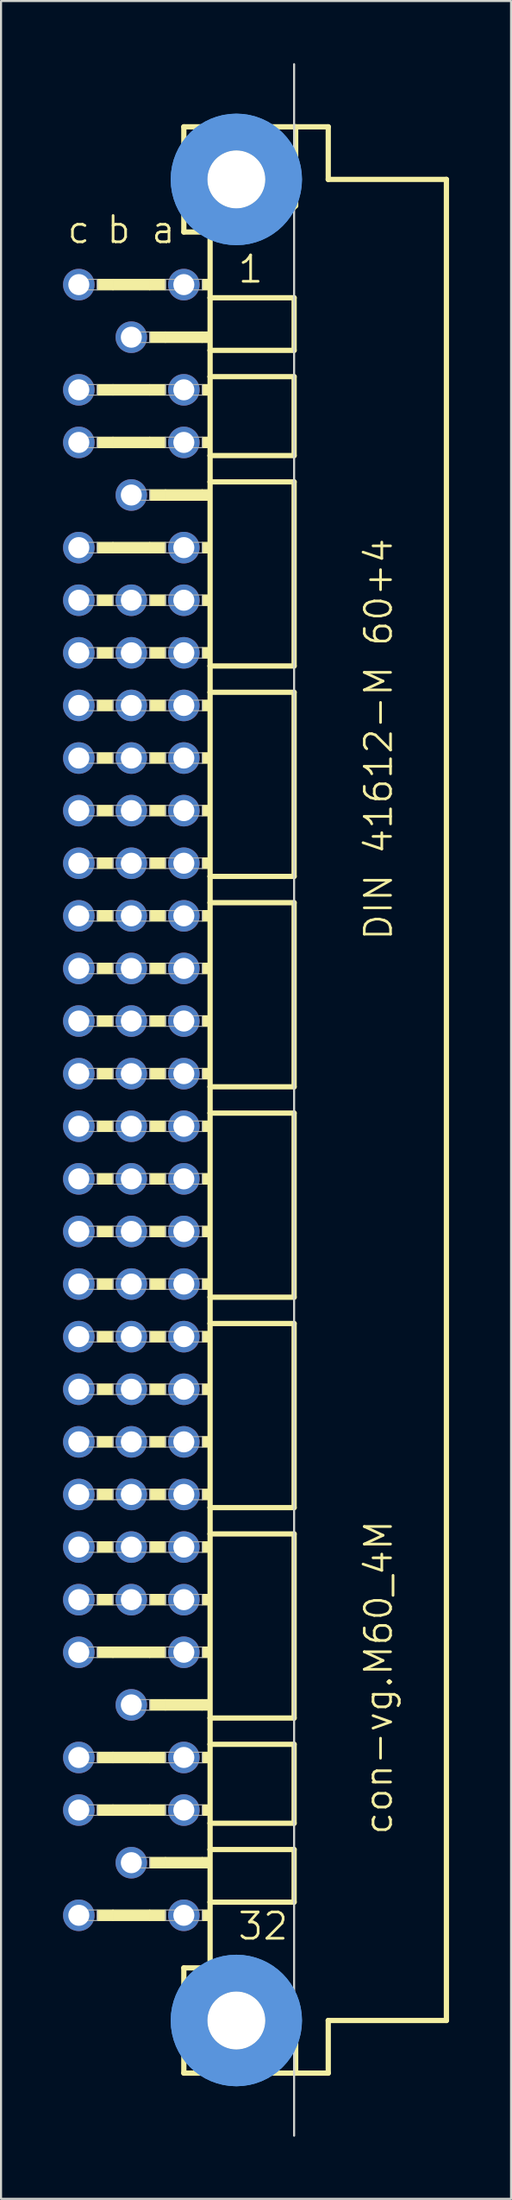
<source format=kicad_pcb>
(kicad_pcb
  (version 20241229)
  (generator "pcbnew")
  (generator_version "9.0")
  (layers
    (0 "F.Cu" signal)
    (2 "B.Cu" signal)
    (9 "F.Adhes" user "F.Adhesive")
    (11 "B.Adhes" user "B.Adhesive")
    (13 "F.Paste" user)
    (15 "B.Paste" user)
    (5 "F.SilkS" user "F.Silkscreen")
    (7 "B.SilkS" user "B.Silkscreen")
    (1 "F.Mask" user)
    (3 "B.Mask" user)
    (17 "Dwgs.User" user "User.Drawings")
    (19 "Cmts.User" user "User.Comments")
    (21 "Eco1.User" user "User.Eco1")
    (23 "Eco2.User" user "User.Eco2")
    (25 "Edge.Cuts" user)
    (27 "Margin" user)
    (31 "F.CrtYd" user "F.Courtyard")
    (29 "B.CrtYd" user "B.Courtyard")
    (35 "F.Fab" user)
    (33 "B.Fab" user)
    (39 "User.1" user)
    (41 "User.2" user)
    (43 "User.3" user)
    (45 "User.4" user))
  (footprint "con-vg.M60_4M"
    (layer "F.Cu")
    (at 8.382 50.063)
    (property "Reference" "con-vg.M60_4M" (at 7.62 35.56 90) (layer "F.SilkS") (effects (font (size 1.27 1.27) (thickness 0.13)) (justify left bottom)))
    (attr through_hole)
    (fp_line (start -2.54 -46.99) (end -2.54 -41.91) (stroke (width 0.254) (type default)) (layer "F.SilkS"))
    (fp_line (start -2.54 -41.91) (end -1.27 -41.91) (stroke (width 0.254) (type default)) (layer "F.SilkS"))
    (fp_line (start -2.54 41.91) (end -2.54 46.99) (stroke (width 0.254) (type default)) (layer "F.SilkS"))
    (fp_line (start -2.54 41.91) (end -1.27 41.91) (stroke (width 0.254) (type default)) (layer "F.SilkS"))
    (fp_line (start -2.54 46.99) (end 2.87 46.99) (stroke (width 0.254) (type default)) (layer "F.SilkS"))
    (fp_line (start -1.27 -41.91) (end -1.27 -38.735) (stroke (width 0.254) (type default)) (layer "F.SilkS"))
    (fp_line (start -1.27 -41.91) (end 1.6 -41.91) (stroke (width 0.254) (type default)) (layer "F.SilkS"))
    (fp_line (start -1.27 -38.735) (end -1.27 -36.195) (stroke (width 0.254) (type default)) (layer "F.SilkS"))
    (fp_line (start -1.27 -36.195) (end -1.27 -34.925) (stroke (width 0.254) (type default)) (layer "F.SilkS"))
    (fp_line (start -1.27 -34.925) (end -1.27 -31.115) (stroke (width 0.254) (type default)) (layer "F.SilkS"))
    (fp_line (start -1.27 -31.115) (end -1.27 -29.845) (stroke (width 0.254) (type default)) (layer "F.SilkS"))
    (fp_line (start -1.27 -29.845) (end -1.27 -20.955) (stroke (width 0.254) (type default)) (layer "F.SilkS"))
    (fp_line (start -1.27 -20.955) (end -1.27 -19.685) (stroke (width 0.254) (type default)) (layer "F.SilkS"))
    (fp_line (start -1.27 -19.685) (end -1.27 -10.795) (stroke (width 0.254) (type default)) (layer "F.SilkS"))
    (fp_line (start -1.27 -10.795) (end -1.27 -9.525) (stroke (width 0.254) (type default)) (layer "F.SilkS"))
    (fp_line (start -1.27 -9.525) (end -1.27 -0.635) (stroke (width 0.254) (type default)) (layer "F.SilkS"))
    (fp_line (start -1.27 -0.635) (end -1.27 0.635) (stroke (width 0.254) (type default)) (layer "F.SilkS"))
    (fp_line (start -1.27 0.635) (end -1.27 9.525) (stroke (width 0.254) (type default)) (layer "F.SilkS"))
    (fp_line (start -1.27 9.525) (end -1.27 10.795) (stroke (width 0.254) (type default)) (layer "F.SilkS"))
    (fp_line (start -1.27 10.795) (end -1.27 19.685) (stroke (width 0.254) (type default)) (layer "F.SilkS"))
    (fp_line (start -1.27 19.685) (end -1.27 20.955) (stroke (width 0.254) (type default)) (layer "F.SilkS"))
    (fp_line (start -1.27 20.955) (end -1.27 29.845) (stroke (width 0.254) (type default)) (layer "F.SilkS"))
    (fp_line (start -1.27 29.845) (end -1.27 31.115) (stroke (width 0.254) (type default)) (layer "F.SilkS"))
    (fp_line (start -1.27 31.115) (end -1.27 34.925) (stroke (width 0.254) (type default)) (layer "F.SilkS"))
    (fp_line (start -1.27 34.925) (end -1.27 36.195) (stroke (width 0.254) (type default)) (layer "F.SilkS"))
    (fp_line (start -1.27 36.195) (end -1.27 38.735) (stroke (width 0.254) (type default)) (layer "F.SilkS"))
    (fp_line (start -1.27 38.735) (end -1.27 41.91) (stroke (width 0.254) (type default)) (layer "F.SilkS"))
    (fp_line (start -1.27 41.91) (end 1.27 41.91) (stroke (width 0.254) (type default)) (layer "F.SilkS"))
    (fp_line (start 1.6 -41.91) (end 2.87 -43.18) (stroke (width 0.254) (type default)) (layer "F.SilkS"))
    (fp_line (start 2.794 -38.735) (end -1.27 -38.735) (stroke (width 0.254) (type default)) (layer "F.SilkS"))
    (fp_line (start 2.794 -38.735) (end 2.794 -36.195) (stroke (width 0.254) (type default)) (layer "F.SilkS"))
    (fp_line (start 2.794 -36.195) (end -1.27 -36.195) (stroke (width 0.254) (type default)) (layer "F.SilkS"))
    (fp_line (start 2.794 -34.925) (end -1.27 -34.925) (stroke (width 0.254) (type default)) (layer "F.SilkS"))
    (fp_line (start 2.794 -34.925) (end 2.794 -31.115) (stroke (width 0.254) (type default)) (layer "F.SilkS"))
    (fp_line (start 2.794 -31.115) (end -1.27 -31.115) (stroke (width 0.254) (type default)) (layer "F.SilkS"))
    (fp_line (start 2.794 -29.845) (end -1.27 -29.845) (stroke (width 0.254) (type default)) (layer "F.SilkS"))
    (fp_line (start 2.794 -29.845) (end 2.794 -20.955) (stroke (width 0.254) (type default)) (layer "F.SilkS"))
    (fp_line (start 2.794 -20.955) (end -1.27 -20.955) (stroke (width 0.254) (type default)) (layer "F.SilkS"))
    (fp_line (start 2.794 -19.685) (end -1.27 -19.685) (stroke (width 0.254) (type default)) (layer "F.SilkS"))
    (fp_line (start 2.794 -19.685) (end 2.794 -10.795) (stroke (width 0.254) (type default)) (layer "F.SilkS"))
    (fp_line (start 2.794 -10.795) (end -1.27 -10.795) (stroke (width 0.254) (type default)) (layer "F.SilkS"))
    (fp_line (start 2.794 -9.525) (end -1.27 -9.525) (stroke (width 0.254) (type default)) (layer "F.SilkS"))
    (fp_line (start 2.794 -9.525) (end 2.794 -0.635) (stroke (width 0.254) (type default)) (layer "F.SilkS"))
    (fp_line (start 2.794 -0.635) (end -1.27 -0.635) (stroke (width 0.254) (type default)) (layer "F.SilkS"))
    (fp_line (start 2.794 0.635) (end -1.27 0.635) (stroke (width 0.254) (type default)) (layer "F.SilkS"))
    (fp_line (start 2.794 0.635) (end 2.794 9.525) (stroke (width 0.254) (type default)) (layer "F.SilkS"))
    (fp_line (start 2.794 9.525) (end -1.27 9.525) (stroke (width 0.254) (type default)) (layer "F.SilkS"))
    (fp_line (start 2.794 10.795) (end -1.27 10.795) (stroke (width 0.254) (type default)) (layer "F.SilkS"))
    (fp_line (start 2.794 10.795) (end 2.794 19.685) (stroke (width 0.254) (type default)) (layer "F.SilkS"))
    (fp_line (start 2.794 19.685) (end -1.27 19.685) (stroke (width 0.254) (type default)) (layer "F.SilkS"))
    (fp_line (start 2.794 20.955) (end -1.27 20.955) (stroke (width 0.254) (type default)) (layer "F.SilkS"))
    (fp_line (start 2.794 20.955) (end 2.794 29.845) (stroke (width 0.254) (type default)) (layer "F.SilkS"))
    (fp_line (start 2.794 29.845) (end -1.27 29.845) (stroke (width 0.254) (type default)) (layer "F.SilkS"))
    (fp_line (start 2.794 31.115) (end -1.27 31.115) (stroke (width 0.254) (type default)) (layer "F.SilkS"))
    (fp_line (start 2.794 31.115) (end 2.794 34.925) (stroke (width 0.254) (type default)) (layer "F.SilkS"))
    (fp_line (start 2.794 34.925) (end -1.27 34.925) (stroke (width 0.254) (type default)) (layer "F.SilkS"))
    (fp_line (start 2.794 36.195) (end -1.27 36.195) (stroke (width 0.254) (type default)) (layer "F.SilkS"))
    (fp_line (start 2.794 36.195) (end 2.794 38.735) (stroke (width 0.254) (type default)) (layer "F.SilkS"))
    (fp_line (start 2.794 38.735) (end -1.27 38.735) (stroke (width 0.254) (type default)) (layer "F.SilkS"))
    (fp_line (start 2.87 -46.99) (end -2.54 -46.99) (stroke (width 0.254) (type default)) (layer "F.SilkS"))
    (fp_line (start 2.87 -43.18) (end 2.87 -46.99) (stroke (width 0.254) (type default)) (layer "F.SilkS"))
    (fp_line (start 2.87 43.51) (end 1.27 41.91) (stroke (width 0.254) (type default)) (layer "F.SilkS"))
    (fp_line (start 2.87 43.51) (end 2.87 46.99) (stroke (width 0.254) (type default)) (layer "F.SilkS"))
    (fp_line (start 2.87 46.99) (end 4.445 46.99) (stroke (width 0.254) (type default)) (layer "F.SilkS"))
    (fp_line (start 4.445 -46.99) (end 2.87 -46.99) (stroke (width 0.254) (type default)) (layer "F.SilkS"))
    (fp_line (start 4.445 -44.45) (end 4.445 -46.99) (stroke (width 0.254) (type default)) (layer "F.SilkS"))
    (fp_line (start 4.445 44.45) (end 10.16 44.45) (stroke (width 0.254) (type default)) (layer "F.SilkS"))
    (fp_line (start 4.445 46.99) (end 4.445 44.45) (stroke (width 0.254) (type default)) (layer "F.SilkS"))
    (fp_line (start 10.16 -44.45) (end 4.445 -44.45) (stroke (width 0.254) (type default)) (layer "F.SilkS"))
    (fp_line (start 10.16 44.45) (end 10.16 -44.45) (stroke (width 0.254) (type default)) (layer "F.SilkS"))
    (fp_rect (start -6.731 -39.116) (end -5.969 -39.624) (stroke (width 0.05) (type default)) (fill yes) (layer "F.SilkS"))
    (fp_rect (start -6.731 -34.036) (end -5.969 -34.544) (stroke (width 0.05) (type default)) (fill yes) (layer "F.SilkS"))
    (fp_rect (start -6.731 -31.496) (end -5.969 -32.004) (stroke (width 0.05) (type default)) (fill yes) (layer "F.SilkS"))
    (fp_rect (start -6.731 -26.416) (end -5.969 -26.924) (stroke (width 0.05) (type default)) (fill yes) (layer "F.SilkS"))
    (fp_rect (start -6.731 -23.876) (end -5.969 -24.384) (stroke (width 0.05) (type default)) (fill yes) (layer "F.SilkS"))
    (fp_rect (start -6.731 -21.336) (end -5.969 -21.844) (stroke (width 0.05) (type default)) (fill yes) (layer "F.SilkS"))
    (fp_rect (start -6.731 -18.796) (end -5.969 -19.304) (stroke (width 0.05) (type default)) (fill yes) (layer "F.SilkS"))
    (fp_rect (start -6.731 -16.256) (end -5.969 -16.764) (stroke (width 0.05) (type default)) (fill yes) (layer "F.SilkS"))
    (fp_rect (start -6.731 -13.716) (end -5.969 -14.224) (stroke (width 0.05) (type default)) (fill yes) (layer "F.SilkS"))
    (fp_rect (start -6.731 -11.176) (end -5.969 -11.684) (stroke (width 0.05) (type default)) (fill yes) (layer "F.SilkS"))
    (fp_rect (start -6.731 -8.636) (end -5.969 -9.144) (stroke (width 0.05) (type default)) (fill yes) (layer "F.SilkS"))
    (fp_rect (start -6.731 -6.096) (end -5.969 -6.604) (stroke (width 0.05) (type default)) (fill yes) (layer "F.SilkS"))
    (fp_rect (start -6.731 -3.556) (end -5.969 -4.064) (stroke (width 0.05) (type default)) (fill yes) (layer "F.SilkS"))
    (fp_rect (start -6.731 -1.016) (end -5.969 -1.524) (stroke (width 0.05) (type default)) (fill yes) (layer "F.SilkS"))
    (fp_rect (start -6.731 1.524) (end -5.969 1.016) (stroke (width 0.05) (type default)) (fill yes) (layer "F.SilkS"))
    (fp_rect (start -6.731 4.064) (end -5.969 3.556) (stroke (width 0.05) (type default)) (fill yes) (layer "F.SilkS"))
    (fp_rect (start -6.731 6.604) (end -5.969 6.096) (stroke (width 0.05) (type default)) (fill yes) (layer "F.SilkS"))
    (fp_rect (start -6.731 9.144) (end -5.969 8.636) (stroke (width 0.05) (type default)) (fill yes) (layer "F.SilkS"))
    (fp_rect (start -6.731 11.684) (end -5.969 11.176) (stroke (width 0.05) (type default)) (fill yes) (layer "F.SilkS"))
    (fp_rect (start -6.731 14.224) (end -5.969 13.716) (stroke (width 0.05) (type default)) (fill yes) (layer "F.SilkS"))
    (fp_rect (start -6.731 16.764) (end -5.969 16.256) (stroke (width 0.05) (type default)) (fill yes) (layer "F.SilkS"))
    (fp_rect (start -6.731 19.304) (end -5.969 18.796) (stroke (width 0.05) (type default)) (fill yes) (layer "F.SilkS"))
    (fp_rect (start -6.731 21.844) (end -5.969 21.336) (stroke (width 0.05) (type default)) (fill yes) (layer "F.SilkS"))
    (fp_rect (start -6.731 24.384) (end -5.969 23.876) (stroke (width 0.05) (type default)) (fill yes) (layer "F.SilkS"))
    (fp_rect (start -6.731 26.924) (end -5.969 26.416) (stroke (width 0.05) (type default)) (fill yes) (layer "F.SilkS"))
    (fp_rect (start -6.731 32.004) (end -5.969 31.496) (stroke (width 0.05) (type default)) (fill yes) (layer "F.SilkS"))
    (fp_rect (start -6.731 34.544) (end -5.969 34.036) (stroke (width 0.05) (type default)) (fill yes) (layer "F.SilkS"))
    (fp_rect (start -6.731 39.624) (end -5.969 39.116) (stroke (width 0.05) (type default)) (fill yes) (layer "F.SilkS"))
    (fp_rect (start -5.969 -39.116) (end -4.191 -39.624) (stroke (width 0.05) (type default)) (fill yes) (layer "F.SilkS"))
    (fp_rect (start -5.969 -34.036) (end -4.191 -34.544) (stroke (width 0.05) (type default)) (fill yes) (layer "F.SilkS"))
    (fp_rect (start -5.969 -31.496) (end -4.191 -32.004) (stroke (width 0.05) (type default)) (fill yes) (layer "F.SilkS"))
    (fp_rect (start -5.969 -26.416) (end -4.191 -26.924) (stroke (width 0.05) (type default)) (fill yes) (layer "F.SilkS"))
    (fp_rect (start -5.969 26.924) (end -4.191 26.416) (stroke (width 0.05) (type default)) (fill yes) (layer "F.SilkS"))
    (fp_rect (start -5.969 32.004) (end -4.191 31.496) (stroke (width 0.05) (type default)) (fill yes) (layer "F.SilkS"))
    (fp_rect (start -5.969 34.544) (end -4.191 34.036) (stroke (width 0.05) (type default)) (fill yes) (layer "F.SilkS"))
    (fp_rect (start -5.969 39.624) (end -4.191 39.116) (stroke (width 0.05) (type default)) (fill yes) (layer "F.SilkS"))
    (fp_rect (start -4.191 -39.116) (end -3.429 -39.624) (stroke (width 0.05) (type default)) (fill yes) (layer "F.SilkS"))
    (fp_rect (start -4.191 -36.576) (end -3.429 -37.084) (stroke (width 0.05) (type default)) (fill yes) (layer "F.SilkS"))
    (fp_rect (start -4.191 -34.036) (end -3.429 -34.544) (stroke (width 0.05) (type default)) (fill yes) (layer "F.SilkS"))
    (fp_rect (start -4.191 -31.496) (end -3.429 -32.004) (stroke (width 0.05) (type default)) (fill yes) (layer "F.SilkS"))
    (fp_rect (start -4.191 -28.956) (end -3.429 -29.464) (stroke (width 0.05) (type default)) (fill yes) (layer "F.SilkS"))
    (fp_rect (start -4.191 -26.416) (end -3.429 -26.924) (stroke (width 0.05) (type default)) (fill yes) (layer "F.SilkS"))
    (fp_rect (start -4.191 -23.876) (end -3.429 -24.384) (stroke (width 0.05) (type default)) (fill yes) (layer "F.SilkS"))
    (fp_rect (start -4.191 -21.336) (end -3.429 -21.844) (stroke (width 0.05) (type default)) (fill yes) (layer "F.SilkS"))
    (fp_rect (start -4.191 -18.796) (end -3.429 -19.304) (stroke (width 0.05) (type default)) (fill yes) (layer "F.SilkS"))
    (fp_rect (start -4.191 -16.256) (end -3.429 -16.764) (stroke (width 0.05) (type default)) (fill yes) (layer "F.SilkS"))
    (fp_rect (start -4.191 -13.716) (end -3.429 -14.224) (stroke (width 0.05) (type default)) (fill yes) (layer "F.SilkS"))
    (fp_rect (start -4.191 -11.176) (end -3.429 -11.684) (stroke (width 0.05) (type default)) (fill yes) (layer "F.SilkS"))
    (fp_rect (start -4.191 -8.636) (end -3.429 -9.144) (stroke (width 0.05) (type default)) (fill yes) (layer "F.SilkS"))
    (fp_rect (start -4.191 -6.096) (end -3.429 -6.604) (stroke (width 0.05) (type default)) (fill yes) (layer "F.SilkS"))
    (fp_rect (start -4.191 -3.556) (end -3.429 -4.064) (stroke (width 0.05) (type default)) (fill yes) (layer "F.SilkS"))
    (fp_rect (start -4.191 -1.016) (end -3.429 -1.524) (stroke (width 0.05) (type default)) (fill yes) (layer "F.SilkS"))
    (fp_rect (start -4.191 1.524) (end -3.429 1.016) (stroke (width 0.05) (type default)) (fill yes) (layer "F.SilkS"))
    (fp_rect (start -4.191 4.064) (end -3.429 3.556) (stroke (width 0.05) (type default)) (fill yes) (layer "F.SilkS"))
    (fp_rect (start -4.191 6.604) (end -3.429 6.096) (stroke (width 0.05) (type default)) (fill yes) (layer "F.SilkS"))
    (fp_rect (start -4.191 9.144) (end -3.429 8.636) (stroke (width 0.05) (type default)) (fill yes) (layer "F.SilkS"))
    (fp_rect (start -4.191 11.684) (end -3.429 11.176) (stroke (width 0.05) (type default)) (fill yes) (layer "F.SilkS"))
    (fp_rect (start -4.191 14.224) (end -3.429 13.716) (stroke (width 0.05) (type default)) (fill yes) (layer "F.SilkS"))
    (fp_rect (start -4.191 16.764) (end -3.429 16.256) (stroke (width 0.05) (type default)) (fill yes) (layer "F.SilkS"))
    (fp_rect (start -4.191 19.304) (end -3.429 18.796) (stroke (width 0.05) (type default)) (fill yes) (layer "F.SilkS"))
    (fp_rect (start -4.191 21.844) (end -3.429 21.336) (stroke (width 0.05) (type default)) (fill yes) (layer "F.SilkS"))
    (fp_rect (start -4.191 24.384) (end -3.429 23.876) (stroke (width 0.05) (type default)) (fill yes) (layer "F.SilkS"))
    (fp_rect (start -4.191 26.924) (end -3.429 26.416) (stroke (width 0.05) (type default)) (fill yes) (layer "F.SilkS"))
    (fp_rect (start -4.191 29.464) (end -3.429 28.956) (stroke (width 0.05) (type default)) (fill yes) (layer "F.SilkS"))
    (fp_rect (start -4.191 32.004) (end -3.429 31.496) (stroke (width 0.05) (type default)) (fill yes) (layer "F.SilkS"))
    (fp_rect (start -4.191 34.544) (end -3.429 34.036) (stroke (width 0.05) (type default)) (fill yes) (layer "F.SilkS"))
    (fp_rect (start -4.191 37.084) (end -3.429 36.576) (stroke (width 0.05) (type default)) (fill yes) (layer "F.SilkS"))
    (fp_rect (start -4.191 39.624) (end -3.429 39.116) (stroke (width 0.05) (type default)) (fill yes) (layer "F.SilkS"))
    (fp_rect (start -3.429 -36.576) (end -1.651 -37.084) (stroke (width 0.05) (type default)) (fill yes) (layer "F.SilkS"))
    (fp_rect (start -3.429 -28.956) (end -1.651 -29.464) (stroke (width 0.05) (type default)) (fill yes) (layer "F.SilkS"))
    (fp_rect (start -3.429 29.464) (end -1.651 28.956) (stroke (width 0.05) (type default)) (fill yes) (layer "F.SilkS"))
    (fp_rect (start -3.429 37.084) (end -1.651 36.576) (stroke (width 0.05) (type default)) (fill yes) (layer "F.SilkS"))
    (fp_rect (start -1.651 -39.116) (end -1.27 -39.624) (stroke (width 0.05) (type default)) (fill yes) (layer "F.SilkS"))
    (fp_rect (start -1.651 -36.576) (end -1.27 -37.084) (stroke (width 0.05) (type default)) (fill yes) (layer "F.SilkS"))
    (fp_rect (start -1.651 -34.036) (end -1.27 -34.544) (stroke (width 0.05) (type default)) (fill yes) (layer "F.SilkS"))
    (fp_rect (start -1.651 -31.496) (end -1.27 -32.004) (stroke (width 0.05) (type default)) (fill yes) (layer "F.SilkS"))
    (fp_rect (start -1.651 -28.956) (end -1.27 -29.464) (stroke (width 0.05) (type default)) (fill yes) (layer "F.SilkS"))
    (fp_rect (start -1.651 -26.416) (end -1.27 -26.924) (stroke (width 0.05) (type default)) (fill yes) (layer "F.SilkS"))
    (fp_rect (start -1.651 -23.876) (end -1.27 -24.384) (stroke (width 0.05) (type default)) (fill yes) (layer "F.SilkS"))
    (fp_rect (start -1.651 -21.336) (end -1.27 -21.844) (stroke (width 0.05) (type default)) (fill yes) (layer "F.SilkS"))
    (fp_rect (start -1.651 -18.796) (end -1.27 -19.304) (stroke (width 0.05) (type default)) (fill yes) (layer "F.SilkS"))
    (fp_rect (start -1.651 -16.256) (end -1.27 -16.764) (stroke (width 0.05) (type default)) (fill yes) (layer "F.SilkS"))
    (fp_rect (start -1.651 -13.716) (end -1.27 -14.224) (stroke (width 0.05) (type default)) (fill yes) (layer "F.SilkS"))
    (fp_rect (start -1.651 -11.176) (end -1.27 -11.684) (stroke (width 0.05) (type default)) (fill yes) (layer "F.SilkS"))
    (fp_rect (start -1.651 -8.636) (end -1.27 -9.144) (stroke (width 0.05) (type default)) (fill yes) (layer "F.SilkS"))
    (fp_rect (start -1.651 -6.096) (end -1.27 -6.604) (stroke (width 0.05) (type default)) (fill yes) (layer "F.SilkS"))
    (fp_rect (start -1.651 -3.556) (end -1.27 -4.064) (stroke (width 0.05) (type default)) (fill yes) (layer "F.SilkS"))
    (fp_rect (start -1.651 -1.016) (end -1.27 -1.524) (stroke (width 0.05) (type default)) (fill yes) (layer "F.SilkS"))
    (fp_rect (start -1.651 1.524) (end -1.27 1.016) (stroke (width 0.05) (type default)) (fill yes) (layer "F.SilkS"))
    (fp_rect (start -1.651 4.064) (end -1.27 3.556) (stroke (width 0.05) (type default)) (fill yes) (layer "F.SilkS"))
    (fp_rect (start -1.651 6.604) (end -1.27 6.096) (stroke (width 0.05) (type default)) (fill yes) (layer "F.SilkS"))
    (fp_rect (start -1.651 9.144) (end -1.27 8.636) (stroke (width 0.05) (type default)) (fill yes) (layer "F.SilkS"))
    (fp_rect (start -1.651 11.684) (end -1.27 11.176) (stroke (width 0.05) (type default)) (fill yes) (layer "F.SilkS"))
    (fp_rect (start -1.651 14.224) (end -1.27 13.716) (stroke (width 0.05) (type default)) (fill yes) (layer "F.SilkS"))
    (fp_rect (start -1.651 16.764) (end -1.27 16.256) (stroke (width 0.05) (type default)) (fill yes) (layer "F.SilkS"))
    (fp_rect (start -1.651 19.304) (end -1.27 18.796) (stroke (width 0.05) (type default)) (fill yes) (layer "F.SilkS"))
    (fp_rect (start -1.651 21.844) (end -1.27 21.336) (stroke (width 0.05) (type default)) (fill yes) (layer "F.SilkS"))
    (fp_rect (start -1.651 24.384) (end -1.27 23.876) (stroke (width 0.05) (type default)) (fill yes) (layer "F.SilkS"))
    (fp_rect (start -1.651 26.924) (end -1.27 26.416) (stroke (width 0.05) (type default)) (fill yes) (layer "F.SilkS"))
    (fp_rect (start -1.651 29.464) (end -1.27 28.956) (stroke (width 0.05) (type default)) (fill yes) (layer "F.SilkS"))
    (fp_rect (start -1.651 32.004) (end -1.27 31.496) (stroke (width 0.05) (type default)) (fill yes) (layer "F.SilkS"))
    (fp_rect (start -1.651 34.544) (end -1.27 34.036) (stroke (width 0.05) (type default)) (fill yes) (layer "F.SilkS"))
    (fp_rect (start -1.651 37.084) (end -1.27 36.576) (stroke (width 0.05) (type default)) (fill yes) (layer "F.SilkS"))
    (fp_rect (start -1.651 39.624) (end -1.27 39.116) (stroke (width 0.05) (type default)) (fill yes) (layer "F.SilkS"))
    (fp_circle (center 0 -44.45) (end 1.27 -44.45) (stroke (width 0.254) (type default)) (fill no) (layer "F.SilkS"))
    (fp_circle (center 0 44.45) (end 1.27 44.45) (stroke (width 0.254) (type default)) (fill no) (layer "F.SilkS"))
    (fp_circle (center 0 -44.45) (end 2.286 -44.45) (stroke (width 1.778) (type default)) (fill no) (layer "Cmts.User"))
    (fp_circle (center 0 -44.45) (end 2.286 -44.45) (stroke (width 1.778) (type default)) (fill no) (layer "Cmts.User"))
    (fp_circle (center 0 44.45) (end 2.286 44.45) (stroke (width 1.778) (type default)) (fill no) (layer "Cmts.User"))
    (fp_circle (center 0 44.45) (end 2.286 44.45) (stroke (width 1.778) (type default)) (fill no) (layer "Cmts.User"))
    (fp_line (start 2.794 50.013) (end 2.794 -50.013) (stroke (width 0.1) (type default)) (layer "Edge.Cuts"))
    (fp_rect (start -7.874 -39.116) (end -6.731 -39.624) (stroke (width 0.05) (type default)) (fill no) (layer "F.Fab"))
    (fp_rect (start -7.874 -34.036) (end -6.731 -34.544) (stroke (width 0.05) (type default)) (fill no) (layer "F.Fab"))
    (fp_rect (start -7.874 -31.496) (end -6.731 -32.004) (stroke (width 0.05) (type default)) (fill no) (layer "F.Fab"))
    (fp_rect (start -7.874 -26.416) (end -6.731 -26.924) (stroke (width 0.05) (type default)) (fill no) (layer "F.Fab"))
    (fp_rect (start -7.874 -23.876) (end -6.731 -24.384) (stroke (width 0.05) (type default)) (fill no) (layer "F.Fab"))
    (fp_rect (start -7.874 -21.336) (end -6.731 -21.844) (stroke (width 0.05) (type default)) (fill no) (layer "F.Fab"))
    (fp_rect (start -7.874 -18.796) (end -6.731 -19.304) (stroke (width 0.05) (type default)) (fill no) (layer "F.Fab"))
    (fp_rect (start -7.874 -16.256) (end -6.731 -16.764) (stroke (width 0.05) (type default)) (fill no) (layer "F.Fab"))
    (fp_rect (start -7.874 -13.716) (end -6.731 -14.224) (stroke (width 0.05) (type default)) (fill no) (layer "F.Fab"))
    (fp_rect (start -7.874 -11.176) (end -6.731 -11.684) (stroke (width 0.05) (type default)) (fill no) (layer "F.Fab"))
    (fp_rect (start -7.874 -8.636) (end -6.731 -9.144) (stroke (width 0.05) (type default)) (fill no) (layer "F.Fab"))
    (fp_rect (start -7.874 -6.096) (end -6.731 -6.604) (stroke (width 0.05) (type default)) (fill no) (layer "F.Fab"))
    (fp_rect (start -7.874 -3.556) (end -6.731 -4.064) (stroke (width 0.05) (type default)) (fill no) (layer "F.Fab"))
    (fp_rect (start -7.874 -1.016) (end -6.731 -1.524) (stroke (width 0.05) (type default)) (fill no) (layer "F.Fab"))
    (fp_rect (start -7.874 1.524) (end -6.731 1.016) (stroke (width 0.05) (type default)) (fill no) (layer "F.Fab"))
    (fp_rect (start -7.874 4.064) (end -6.731 3.556) (stroke (width 0.05) (type default)) (fill no) (layer "F.Fab"))
    (fp_rect (start -7.874 6.604) (end -6.731 6.096) (stroke (width 0.05) (type default)) (fill no) (layer "F.Fab"))
    (fp_rect (start -7.874 9.144) (end -6.731 8.636) (stroke (width 0.05) (type default)) (fill no) (layer "F.Fab"))
    (fp_rect (start -7.874 11.684) (end -6.731 11.176) (stroke (width 0.05) (type default)) (fill no) (layer "F.Fab"))
    (fp_rect (start -7.874 14.224) (end -6.731 13.716) (stroke (width 0.05) (type default)) (fill no) (layer "F.Fab"))
    (fp_rect (start -7.874 16.764) (end -6.731 16.256) (stroke (width 0.05) (type default)) (fill no) (layer "F.Fab"))
    (fp_rect (start -7.874 19.304) (end -6.731 18.796) (stroke (width 0.05) (type default)) (fill no) (layer "F.Fab"))
    (fp_rect (start -7.874 21.844) (end -6.731 21.336) (stroke (width 0.05) (type default)) (fill no) (layer "F.Fab"))
    (fp_rect (start -7.874 24.384) (end -6.731 23.876) (stroke (width 0.05) (type default)) (fill no) (layer "F.Fab"))
    (fp_rect (start -7.874 26.924) (end -6.731 26.416) (stroke (width 0.05) (type default)) (fill no) (layer "F.Fab"))
    (fp_rect (start -7.874 32.004) (end -6.731 31.496) (stroke (width 0.05) (type default)) (fill no) (layer "F.Fab"))
    (fp_rect (start -7.874 34.544) (end -6.731 34.036) (stroke (width 0.05) (type default)) (fill no) (layer "F.Fab"))
    (fp_rect (start -7.874 39.624) (end -6.731 39.116) (stroke (width 0.05) (type default)) (fill no) (layer "F.Fab"))
    (fp_rect (start -5.969 -23.876) (end -4.191 -24.384) (stroke (width 0.05) (type default)) (fill no) (layer "F.Fab"))
    (fp_rect (start -5.969 -21.336) (end -4.191 -21.844) (stroke (width 0.05) (type default)) (fill no) (layer "F.Fab"))
    (fp_rect (start -5.969 -18.796) (end -4.191 -19.304) (stroke (width 0.05) (type default)) (fill no) (layer "F.Fab"))
    (fp_rect (start -5.969 -16.256) (end -4.191 -16.764) (stroke (width 0.05) (type default)) (fill no) (layer "F.Fab"))
    (fp_rect (start -5.969 -13.716) (end -4.191 -14.224) (stroke (width 0.05) (type default)) (fill no) (layer "F.Fab"))
    (fp_rect (start -5.969 -11.176) (end -4.191 -11.684) (stroke (width 0.05) (type default)) (fill no) (layer "F.Fab"))
    (fp_rect (start -5.969 -8.636) (end -4.191 -9.144) (stroke (width 0.05) (type default)) (fill no) (layer "F.Fab"))
    (fp_rect (start -5.969 -6.096) (end -4.191 -6.604) (stroke (width 0.05) (type default)) (fill no) (layer "F.Fab"))
    (fp_rect (start -5.969 -3.556) (end -4.191 -4.064) (stroke (width 0.05) (type default)) (fill no) (layer "F.Fab"))
    (fp_rect (start -5.969 -1.016) (end -4.191 -1.524) (stroke (width 0.05) (type default)) (fill no) (layer "F.Fab"))
    (fp_rect (start -5.969 1.524) (end -4.191 1.016) (stroke (width 0.05) (type default)) (fill no) (layer "F.Fab"))
    (fp_rect (start -5.969 4.064) (end -4.191 3.556) (stroke (width 0.05) (type default)) (fill no) (layer "F.Fab"))
    (fp_rect (start -5.969 6.604) (end -4.191 6.096) (stroke (width 0.05) (type default)) (fill no) (layer "F.Fab"))
    (fp_rect (start -5.969 9.144) (end -4.191 8.636) (stroke (width 0.05) (type default)) (fill no) (layer "F.Fab"))
    (fp_rect (start -5.969 11.684) (end -4.191 11.176) (stroke (width 0.05) (type default)) (fill no) (layer "F.Fab"))
    (fp_rect (start -5.969 14.224) (end -4.191 13.716) (stroke (width 0.05) (type default)) (fill no) (layer "F.Fab"))
    (fp_rect (start -5.969 16.764) (end -4.191 16.256) (stroke (width 0.05) (type default)) (fill no) (layer "F.Fab"))
    (fp_rect (start -5.969 19.304) (end -4.191 18.796) (stroke (width 0.05) (type default)) (fill no) (layer "F.Fab"))
    (fp_rect (start -5.969 21.844) (end -4.191 21.336) (stroke (width 0.05) (type default)) (fill no) (layer "F.Fab"))
    (fp_rect (start -5.969 24.384) (end -4.191 23.876) (stroke (width 0.05) (type default)) (fill no) (layer "F.Fab"))
    (fp_rect (start -5.334 -36.576) (end -4.191 -37.084) (stroke (width 0.05) (type default)) (fill no) (layer "F.Fab"))
    (fp_rect (start -5.334 -28.956) (end -4.191 -29.464) (stroke (width 0.05) (type default)) (fill no) (layer "F.Fab"))
    (fp_rect (start -5.334 29.464) (end -4.191 28.956) (stroke (width 0.05) (type default)) (fill no) (layer "F.Fab"))
    (fp_rect (start -5.334 37.084) (end -4.191 36.576) (stroke (width 0.05) (type default)) (fill no) (layer "F.Fab"))
    (fp_rect (start -3.429 -39.116) (end -1.651 -39.624) (stroke (width 0.05) (type default)) (fill no) (layer "F.Fab"))
    (fp_rect (start -3.429 -34.036) (end -1.651 -34.544) (stroke (width 0.05) (type default)) (fill no) (layer "F.Fab"))
    (fp_rect (start -3.429 -31.496) (end -1.651 -32.004) (stroke (width 0.05) (type default)) (fill no) (layer "F.Fab"))
    (fp_rect (start -3.429 -26.416) (end -1.651 -26.924) (stroke (width 0.05) (type default)) (fill no) (layer "F.Fab"))
    (fp_rect (start -3.429 -23.876) (end -1.651 -24.384) (stroke (width 0.05) (type default)) (fill no) (layer "F.Fab"))
    (fp_rect (start -3.429 -21.336) (end -1.651 -21.844) (stroke (width 0.05) (type default)) (fill no) (layer "F.Fab"))
    (fp_rect (start -3.429 -18.796) (end -1.651 -19.304) (stroke (width 0.05) (type default)) (fill no) (layer "F.Fab"))
    (fp_rect (start -3.429 -16.256) (end -1.651 -16.764) (stroke (width 0.05) (type default)) (fill no) (layer "F.Fab"))
    (fp_rect (start -3.429 -13.716) (end -1.651 -14.224) (stroke (width 0.05) (type default)) (fill no) (layer "F.Fab"))
    (fp_rect (start -3.429 -11.176) (end -1.651 -11.684) (stroke (width 0.05) (type default)) (fill no) (layer "F.Fab"))
    (fp_rect (start -3.429 -8.636) (end -1.651 -9.144) (stroke (width 0.05) (type default)) (fill no) (layer "F.Fab"))
    (fp_rect (start -3.429 -6.096) (end -1.651 -6.604) (stroke (width 0.05) (type default)) (fill no) (layer "F.Fab"))
    (fp_rect (start -3.429 -3.556) (end -1.651 -4.064) (stroke (width 0.05) (type default)) (fill no) (layer "F.Fab"))
    (fp_rect (start -3.429 -1.016) (end -1.651 -1.524) (stroke (width 0.05) (type default)) (fill no) (layer "F.Fab"))
    (fp_rect (start -3.429 1.524) (end -1.651 1.016) (stroke (width 0.05) (type default)) (fill no) (layer "F.Fab"))
    (fp_rect (start -3.429 4.064) (end -1.651 3.556) (stroke (width 0.05) (type default)) (fill no) (layer "F.Fab"))
    (fp_rect (start -3.429 6.604) (end -1.651 6.096) (stroke (width 0.05) (type default)) (fill no) (layer "F.Fab"))
    (fp_rect (start -3.429 9.144) (end -1.651 8.636) (stroke (width 0.05) (type default)) (fill no) (layer "F.Fab"))
    (fp_rect (start -3.429 11.684) (end -1.651 11.176) (stroke (width 0.05) (type default)) (fill no) (layer "F.Fab"))
    (fp_rect (start -3.429 14.224) (end -1.651 13.716) (stroke (width 0.05) (type default)) (fill no) (layer "F.Fab"))
    (fp_rect (start -3.429 16.764) (end -1.651 16.256) (stroke (width 0.05) (type default)) (fill no) (layer "F.Fab"))
    (fp_rect (start -3.429 19.304) (end -1.651 18.796) (stroke (width 0.05) (type default)) (fill no) (layer "F.Fab"))
    (fp_rect (start -3.429 21.844) (end -1.651 21.336) (stroke (width 0.05) (type default)) (fill no) (layer "F.Fab"))
    (fp_rect (start -3.429 24.384) (end -1.651 23.876) (stroke (width 0.05) (type default)) (fill no) (layer "F.Fab"))
    (fp_rect (start -3.429 26.924) (end -1.651 26.416) (stroke (width 0.05) (type default)) (fill no) (layer "F.Fab"))
    (fp_rect (start -3.429 32.004) (end -1.651 31.496) (stroke (width 0.05) (type default)) (fill no) (layer "F.Fab"))
    (fp_rect (start -3.429 34.544) (end -1.651 34.036) (stroke (width 0.05) (type default)) (fill no) (layer "F.Fab"))
    (fp_rect (start -3.429 39.624) (end -1.651 39.116) (stroke (width 0.05) (type default)) (fill no) (layer "F.Fab"))
    (fp_text user "a" (at -4.191 -41.275 0) (layer "F.SilkS") (effects (font (size 1.27 1.27) (thickness 0.13)) (justify left bottom)))
    (fp_text user "32" (at 0 40.64 0) (layer "F.SilkS") (effects (font (size 1.27 1.27) (thickness 0.13)) (justify left bottom)))
    (fp_text user "b" (at -6.35 -41.275 0) (layer "F.SilkS") (effects (font (size 1.27 1.27) (thickness 0.13)) (justify left bottom)))
    (fp_text user "c" (at -8.255 -41.275 0) (layer "F.SilkS") (effects (font (size 1.27 1.27) (thickness 0.13)) (justify left bottom)))
    (fp_text user "1" (at 0 -39.37 0) (layer "F.SilkS") (effects (font (size 1.27 1.27) (thickness 0.13)) (justify left bottom)))
    (fp_text user "DIN 41612-M 60+4" (at 7.62 -7.62 90) (layer "F.SilkS") (effects (font (size 1.27 1.27) (thickness 0.13)) (justify left bottom)))
    (pad "" np_thru_hole circle (at 0 -44.45) (size 2.794 2.794) (drill 2.794) (layers "*.Cu" "*.Mask"))
    (pad "" np_thru_hole circle (at 0 44.45) (size 2.794 2.794) (drill 2.794) (layers "*.Cu" "*.Mask"))
    (pad "A1" thru_hole circle (at -2.54 -39.37) (size 1.524 1.524) (drill 1.016) (layers "*.Cu" "*.Mask"))
    (pad "A3" thru_hole circle (at -2.54 -34.29) (size 1.524 1.524) (drill 1.016) (layers "*.Cu" "*.Mask"))
    (pad "A4" thru_hole circle (at -2.54 -31.75) (size 1.524 1.524) (drill 1.016) (layers "*.Cu" "*.Mask"))
    (pad "A6" thru_hole circle (at -2.54 -26.67) (size 1.524 1.524) (drill 1.016) (layers "*.Cu" "*.Mask"))
    (pad "A7" thru_hole circle (at -2.54 -24.13) (size 1.524 1.524) (drill 1.016) (layers "*.Cu" "*.Mask"))
    (pad "A8" thru_hole circle (at -2.54 -21.59) (size 1.524 1.524) (drill 1.016) (layers "*.Cu" "*.Mask"))
    (pad "A9" thru_hole circle (at -2.54 -19.05) (size 1.524 1.524) (drill 1.016) (layers "*.Cu" "*.Mask"))
    (pad "A10" thru_hole circle (at -2.54 -16.51) (size 1.524 1.524) (drill 1.016) (layers "*.Cu" "*.Mask"))
    (pad "A11" thru_hole circle (at -2.54 -13.97) (size 1.524 1.524) (drill 1.016) (layers "*.Cu" "*.Mask"))
    (pad "A12" thru_hole circle (at -2.54 -11.43) (size 1.524 1.524) (drill 1.016) (layers "*.Cu" "*.Mask"))
    (pad "A13" thru_hole circle (at -2.54 -8.89) (size 1.524 1.524) (drill 1.016) (layers "*.Cu" "*.Mask"))
    (pad "A14" thru_hole circle (at -2.54 -6.35) (size 1.524 1.524) (drill 1.016) (layers "*.Cu" "*.Mask"))
    (pad "A15" thru_hole circle (at -2.54 -3.81) (size 1.524 1.524) (drill 1.016) (layers "*.Cu" "*.Mask"))
    (pad "A16" thru_hole circle (at -2.54 -1.27) (size 1.524 1.524) (drill 1.016) (layers "*.Cu" "*.Mask"))
    (pad "A17" thru_hole circle (at -2.54 1.27) (size 1.524 1.524) (drill 1.016) (layers "*.Cu" "*.Mask"))
    (pad "A18" thru_hole circle (at -2.54 3.81) (size 1.524 1.524) (drill 1.016) (layers "*.Cu" "*.Mask"))
    (pad "A19" thru_hole circle (at -2.54 6.35) (size 1.524 1.524) (drill 1.016) (layers "*.Cu" "*.Mask"))
    (pad "A20" thru_hole circle (at -2.54 8.89) (size 1.524 1.524) (drill 1.016) (layers "*.Cu" "*.Mask"))
    (pad "A21" thru_hole circle (at -2.54 11.43) (size 1.524 1.524) (drill 1.016) (layers "*.Cu" "*.Mask"))
    (pad "A22" thru_hole circle (at -2.54 13.97) (size 1.524 1.524) (drill 1.016) (layers "*.Cu" "*.Mask"))
    (pad "A23" thru_hole circle (at -2.54 16.51) (size 1.524 1.524) (drill 1.016) (layers "*.Cu" "*.Mask"))
    (pad "A24" thru_hole circle (at -2.54 19.05) (size 1.524 1.524) (drill 1.016) (layers "*.Cu" "*.Mask"))
    (pad "A25" thru_hole circle (at -2.54 21.59) (size 1.524 1.524) (drill 1.016) (layers "*.Cu" "*.Mask"))
    (pad "A26" thru_hole circle (at -2.54 24.13) (size 1.524 1.524) (drill 1.016) (layers "*.Cu" "*.Mask"))
    (pad "A27" thru_hole circle (at -2.54 26.67) (size 1.524 1.524) (drill 1.016) (layers "*.Cu" "*.Mask"))
    (pad "A29" thru_hole circle (at -2.54 31.75) (size 1.524 1.524) (drill 1.016) (layers "*.Cu" "*.Mask"))
    (pad "A30" thru_hole circle (at -2.54 34.29) (size 1.524 1.524) (drill 1.016) (layers "*.Cu" "*.Mask"))
    (pad "A32" thru_hole circle (at -2.54 39.37) (size 1.524 1.524) (drill 1.016) (layers "*.Cu" "*.Mask"))
    (pad "B2" thru_hole circle (at -5.08 -36.83) (size 1.524 1.524) (drill 1.016) (layers "*.Cu" "*.Mask"))
    (pad "B5" thru_hole circle (at -5.08 -29.21) (size 1.524 1.524) (drill 1.016) (layers "*.Cu" "*.Mask"))
    (pad "B7" thru_hole circle (at -5.08 -24.13) (size 1.524 1.524) (drill 1.016) (layers "*.Cu" "*.Mask"))
    (pad "B8" thru_hole circle (at -5.08 -21.59) (size 1.524 1.524) (drill 1.016) (layers "*.Cu" "*.Mask"))
    (pad "B9" thru_hole circle (at -5.08 -19.05) (size 1.524 1.524) (drill 1.016) (layers "*.Cu" "*.Mask"))
    (pad "B10" thru_hole circle (at -5.08 -16.51) (size 1.524 1.524) (drill 1.016) (layers "*.Cu" "*.Mask"))
    (pad "B11" thru_hole circle (at -5.08 -13.97) (size 1.524 1.524) (drill 1.016) (layers "*.Cu" "*.Mask"))
    (pad "B12" thru_hole circle (at -5.08 -11.43) (size 1.524 1.524) (drill 1.016) (layers "*.Cu" "*.Mask"))
    (pad "B13" thru_hole circle (at -5.08 -8.89) (size 1.524 1.524) (drill 1.016) (layers "*.Cu" "*.Mask"))
    (pad "B14" thru_hole circle (at -5.08 -6.35) (size 1.524 1.524) (drill 1.016) (layers "*.Cu" "*.Mask"))
    (pad "B15" thru_hole circle (at -5.08 -3.81) (size 1.524 1.524) (drill 1.016) (layers "*.Cu" "*.Mask"))
    (pad "B16" thru_hole circle (at -5.08 -1.27) (size 1.524 1.524) (drill 1.016) (layers "*.Cu" "*.Mask"))
    (pad "B17" thru_hole circle (at -5.08 1.27) (size 1.524 1.524) (drill 1.016) (layers "*.Cu" "*.Mask"))
    (pad "B18" thru_hole circle (at -5.08 3.81) (size 1.524 1.524) (drill 1.016) (layers "*.Cu" "*.Mask"))
    (pad "B19" thru_hole circle (at -5.08 6.35) (size 1.524 1.524) (drill 1.016) (layers "*.Cu" "*.Mask"))
    (pad "B20" thru_hole circle (at -5.08 8.89) (size 1.524 1.524) (drill 1.016) (layers "*.Cu" "*.Mask"))
    (pad "B21" thru_hole circle (at -5.08 11.43) (size 1.524 1.524) (drill 1.016) (layers "*.Cu" "*.Mask"))
    (pad "B22" thru_hole circle (at -5.08 13.97) (size 1.524 1.524) (drill 1.016) (layers "*.Cu" "*.Mask"))
    (pad "B23" thru_hole circle (at -5.08 16.51) (size 1.524 1.524) (drill 1.016) (layers "*.Cu" "*.Mask"))
    (pad "B24" thru_hole circle (at -5.08 19.05) (size 1.524 1.524) (drill 1.016) (layers "*.Cu" "*.Mask"))
    (pad "B25" thru_hole circle (at -5.08 21.59) (size 1.524 1.524) (drill 1.016) (layers "*.Cu" "*.Mask"))
    (pad "B26" thru_hole circle (at -5.08 24.13) (size 1.524 1.524) (drill 1.016) (layers "*.Cu" "*.Mask"))
    (pad "B28" thru_hole circle (at -5.08 29.21) (size 1.524 1.524) (drill 1.016) (layers "*.Cu" "*.Mask"))
    (pad "B31" thru_hole circle (at -5.08 36.83) (size 1.524 1.524) (drill 1.016) (layers "*.Cu" "*.Mask"))
    (pad "C1" thru_hole circle (at -7.62 -39.37) (size 1.524 1.524) (drill 1.016) (layers "*.Cu" "*.Mask"))
    (pad "C3" thru_hole circle (at -7.62 -34.29) (size 1.524 1.524) (drill 1.016) (layers "*.Cu" "*.Mask"))
    (pad "C4" thru_hole circle (at -7.62 -31.75) (size 1.524 1.524) (drill 1.016) (layers "*.Cu" "*.Mask"))
    (pad "C6" thru_hole circle (at -7.62 -26.67) (size 1.524 1.524) (drill 1.016) (layers "*.Cu" "*.Mask"))
    (pad "C7" thru_hole circle (at -7.62 -24.13) (size 1.524 1.524) (drill 1.016) (layers "*.Cu" "*.Mask"))
    (pad "C8" thru_hole circle (at -7.62 -21.59) (size 1.524 1.524) (drill 1.016) (layers "*.Cu" "*.Mask"))
    (pad "C9" thru_hole circle (at -7.62 -19.05) (size 1.524 1.524) (drill 1.016) (layers "*.Cu" "*.Mask"))
    (pad "C10" thru_hole circle (at -7.62 -16.51) (size 1.524 1.524) (drill 1.016) (layers "*.Cu" "*.Mask"))
    (pad "C11" thru_hole circle (at -7.62 -13.97) (size 1.524 1.524) (drill 1.016) (layers "*.Cu" "*.Mask"))
    (pad "C12" thru_hole circle (at -7.62 -11.43) (size 1.524 1.524) (drill 1.016) (layers "*.Cu" "*.Mask"))
    (pad "C13" thru_hole circle (at -7.62 -8.89) (size 1.524 1.524) (drill 1.016) (layers "*.Cu" "*.Mask"))
    (pad "C14" thru_hole circle (at -7.62 -6.35) (size 1.524 1.524) (drill 1.016) (layers "*.Cu" "*.Mask"))
    (pad "C15" thru_hole circle (at -7.62 -3.81) (size 1.524 1.524) (drill 1.016) (layers "*.Cu" "*.Mask"))
    (pad "C16" thru_hole circle (at -7.62 -1.27) (size 1.524 1.524) (drill 1.016) (layers "*.Cu" "*.Mask"))
    (pad "C17" thru_hole circle (at -7.62 1.27) (size 1.524 1.524) (drill 1.016) (layers "*.Cu" "*.Mask"))
    (pad "C18" thru_hole circle (at -7.62 3.81) (size 1.524 1.524) (drill 1.016) (layers "*.Cu" "*.Mask"))
    (pad "C19" thru_hole circle (at -7.62 6.35) (size 1.524 1.524) (drill 1.016) (layers "*.Cu" "*.Mask"))
    (pad "C20" thru_hole circle (at -7.62 8.89) (size 1.524 1.524) (drill 1.016) (layers "*.Cu" "*.Mask"))
    (pad "C21" thru_hole circle (at -7.62 11.43) (size 1.524 1.524) (drill 1.016) (layers "*.Cu" "*.Mask"))
    (pad "C22" thru_hole circle (at -7.62 13.97) (size 1.524 1.524) (drill 1.016) (layers "*.Cu" "*.Mask"))
    (pad "C23" thru_hole circle (at -7.62 16.51) (size 1.524 1.524) (drill 1.016) (layers "*.Cu" "*.Mask"))
    (pad "C24" thru_hole circle (at -7.62 19.05) (size 1.524 1.524) (drill 1.016) (layers "*.Cu" "*.Mask"))
    (pad "C25" thru_hole circle (at -7.62 21.59) (size 1.524 1.524) (drill 1.016) (layers "*.Cu" "*.Mask"))
    (pad "C26" thru_hole circle (at -7.62 24.13) (size 1.524 1.524) (drill 1.016) (layers "*.Cu" "*.Mask"))
    (pad "C27" thru_hole circle (at -7.62 26.67) (size 1.524 1.524) (drill 1.016) (layers "*.Cu" "*.Mask"))
    (pad "C29" thru_hole circle (at -7.62 31.75) (size 1.524 1.524) (drill 1.016) (layers "*.Cu" "*.Mask"))
    (pad "C30" thru_hole circle (at -7.62 34.29) (size 1.524 1.524) (drill 1.016) (layers "*.Cu" "*.Mask"))
    (pad "C32" thru_hole circle (at -7.62 39.37) (size 1.524 1.524) (drill 1.016) (layers "*.Cu" "*.Mask")))
  (gr_rect
    (start -3 -3)
    (end 21.669 103.125)
    (stroke (width 0.1) (type default))
    (fill no)
    (layer "Edge.Cuts")))
</source>
